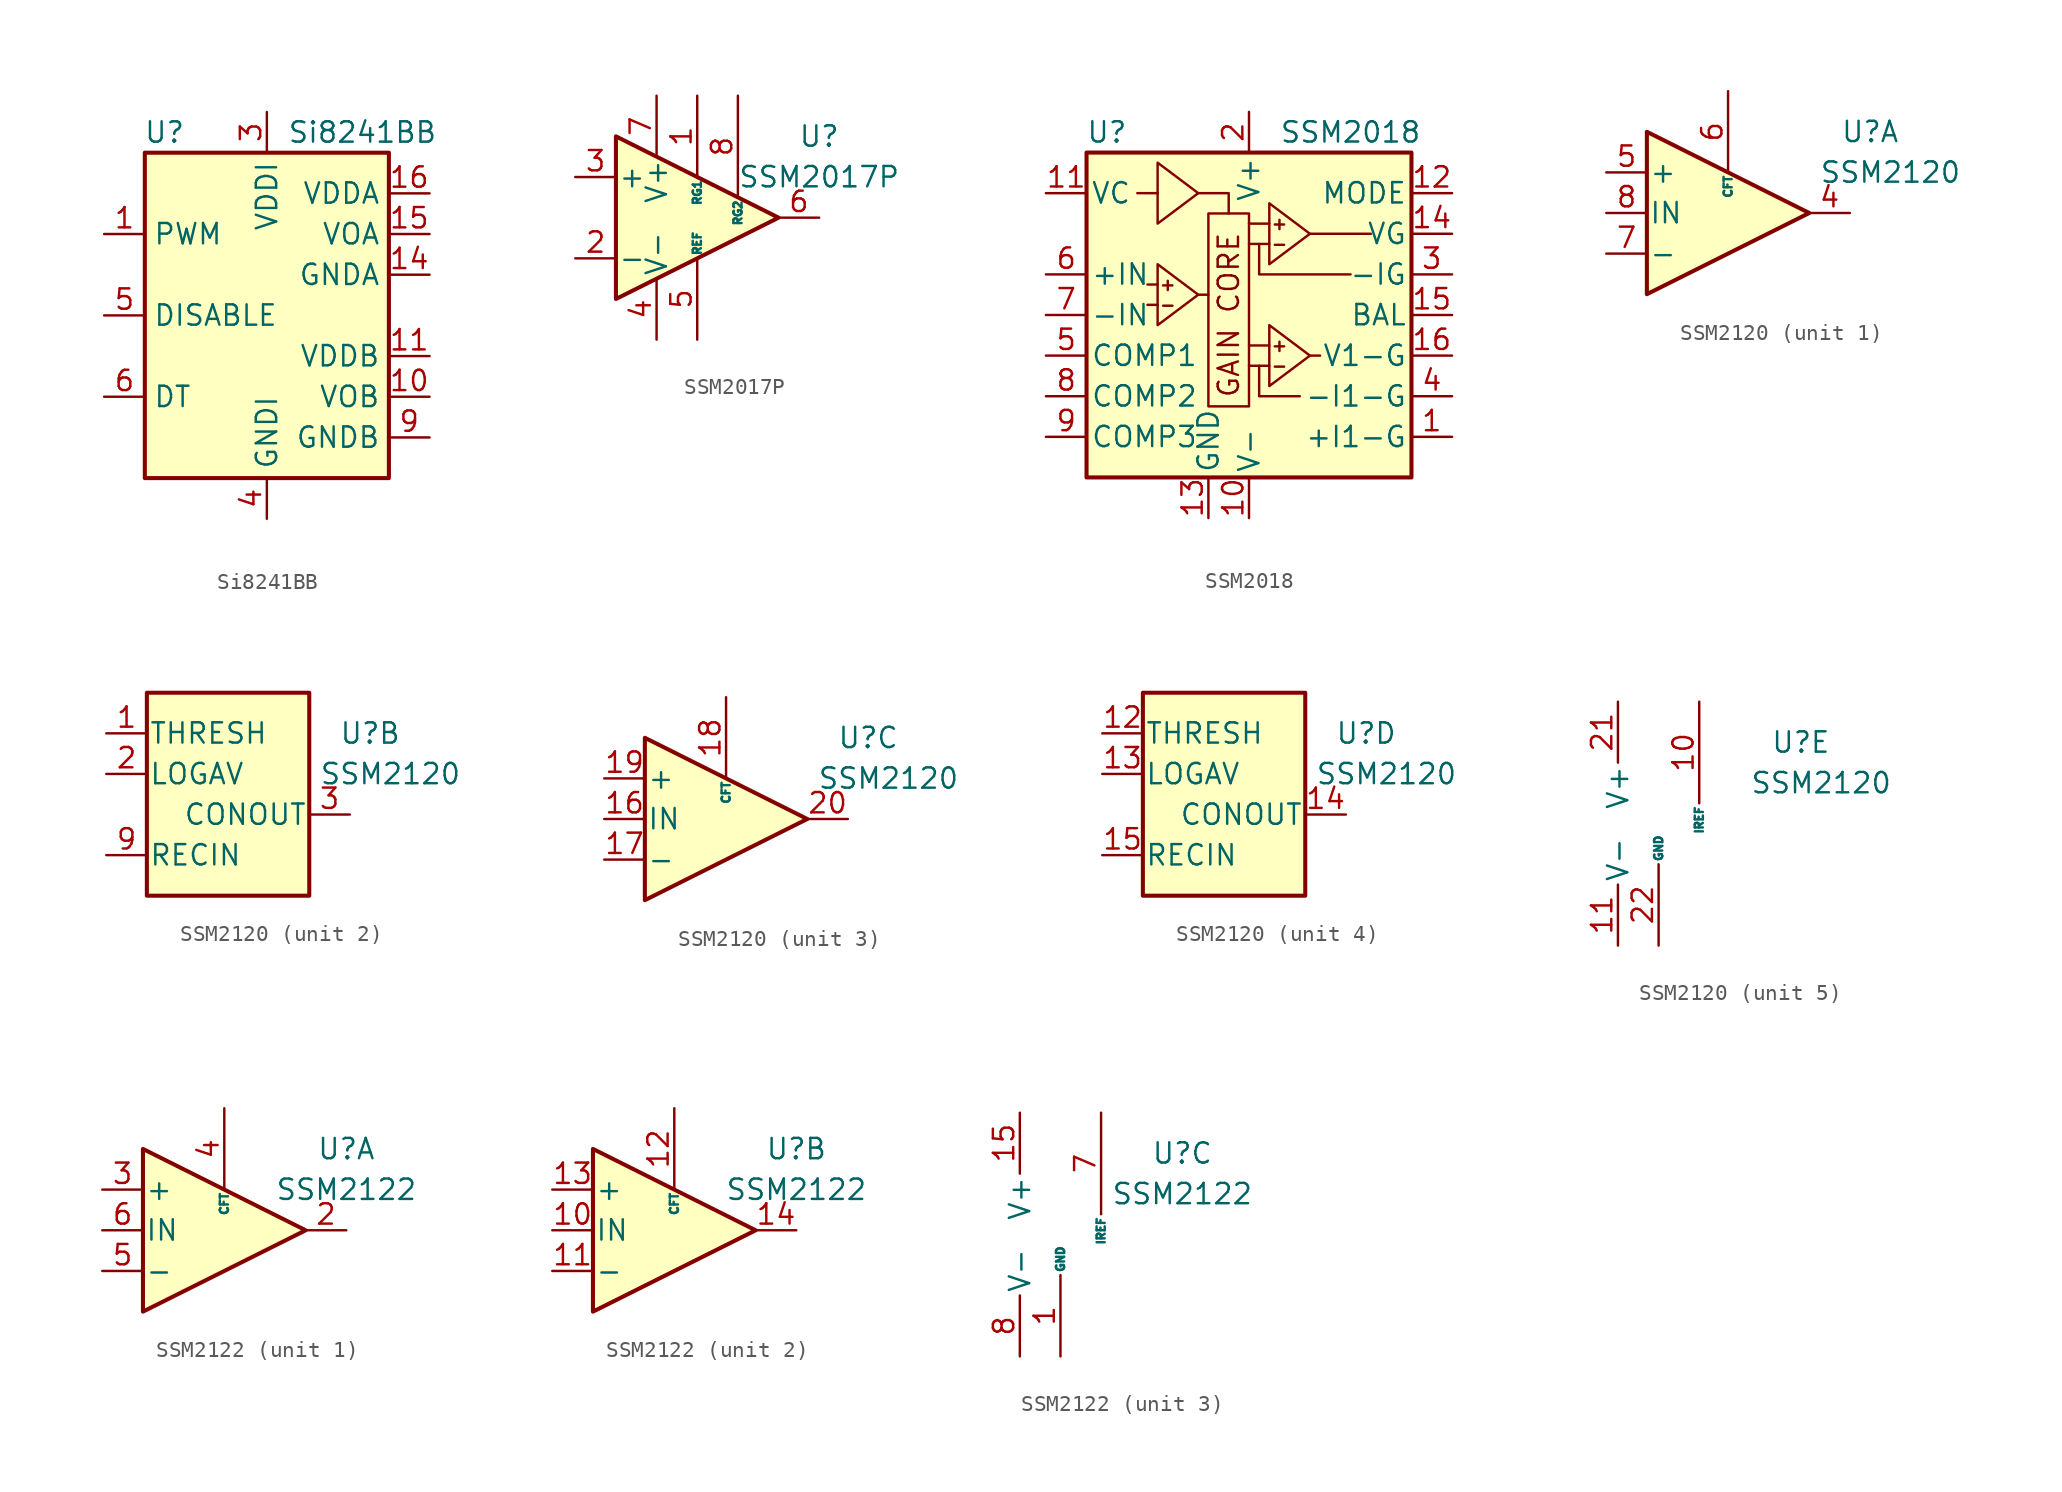
<source format=kicad_sym>
(kicad_symbol_lib
  (version 20241209)
  (generator "kicad_symbol_editor")
  (generator_version "9.0")
  (symbol "Si8241BB"
    (property "Reference" "U"
      (at -5.08 11.43 0)
      (effects (font (size 1.27 1.27)) (justify right)))
    (property "Value" "Si8241BB"
      (at 1.27 11.43 0)
      (effects (font (size 1.27 1.27)) (justify left)))
    (symbol "Si8241BB_0_1"
      (rectangle (start -7.62 10.16) (end 7.62 -10.16) (stroke (width 0.254) (type default)) (fill (type background))))
    (symbol "Si8241BB_1_1"
      (pin input line (at -10.16 5.08 0) (length 2.54) (name "PWM" (effects (font (size 1.27 1.27)))) (number "1" (effects (font (size 1.27 1.27)))))
      (pin input line (at -10.16 0 0) (length 2.54) (name "DISABLE" (effects (font (size 1.27 1.27)))) (number "5" (effects (font (size 1.27 1.27)))))
      (pin passive line (at -10.16 -5.08 0) (length 2.54) (name "DT" (effects (font (size 1.27 1.27)))) (number "6" (effects (font (size 1.27 1.27)))))
      (pin no_connect line (at -7.62 7.62 0) (length 2.54) (hide yes) (name "NC" (effects (font (size 1.27 1.27)))) (number "2" (effects (font (size 1.27 1.27)))))
      (pin no_connect line (at -7.62 2.54 0) (length 2.54) (hide yes) (name "NC" (effects (font (size 1.27 1.27)))) (number "7" (effects (font (size 1.27 1.27)))))
      (pin no_connect line (at -7.62 -2.54 0) (length 2.54) (hide yes) (name "NC" (effects (font (size 1.27 1.27)))) (number "12" (effects (font (size 1.27 1.27)))))
      (pin no_connect line (at -7.62 -7.62 0) (length 2.54) (hide yes) (name "NC" (effects (font (size 1.27 1.27)))) (number "13" (effects (font (size 1.27 1.27)))))
      (pin power_in line (at 0 12.7 270) (length 2.54) (name "VDDI" (effects (font (size 1.27 1.27)))) (number "3" (effects (font (size 1.27 1.27)))))
      (pin passive line (at 0 12.7 270) (length 2.54) (hide yes) (name "VDDI" (effects (font (size 1.27 1.27)))) (number "8" (effects (font (size 1.27 1.27)))))
      (pin power_in line (at 0 -12.7 90) (length 2.54) (name "GNDI" (effects (font (size 1.27 1.27)))) (number "4" (effects (font (size 1.27 1.27)))))
      (pin power_in line (at 10.16 7.62 180) (length 2.54) (name "VDDA" (effects (font (size 1.27 1.27)))) (number "16" (effects (font (size 1.27 1.27)))))
      (pin output line (at 10.16 5.08 180) (length 2.54) (name "VOA" (effects (font (size 1.27 1.27)))) (number "15" (effects (font (size 1.27 1.27)))))
      (pin power_in line (at 10.16 2.54 180) (length 2.54) (name "GNDA" (effects (font (size 1.27 1.27)))) (number "14" (effects (font (size 1.27 1.27)))))
      (pin power_in line (at 10.16 -2.54 180) (length 2.54) (name "VDDB" (effects (font (size 1.27 1.27)))) (number "11" (effects (font (size 1.27 1.27)))))
      (pin output line (at 10.16 -5.08 180) (length 2.54) (name "VOB" (effects (font (size 1.27 1.27)))) (number "10" (effects (font (size 1.27 1.27)))))
      (pin power_in line (at 10.16 -7.62 180) (length 2.54) (name "GNDB" (effects (font (size 1.27 1.27)))) (number "9" (effects (font (size 1.27 1.27)))))))
  (symbol "SSM2017P"
    (pin_names
      (offset 0.127))
    (property "Reference" "U"
      (at 7.62 5.08 0)
      (effects (font (size 1.27 1.27))))
    (property "Value" "SSM2017P"
      (at 7.62 2.54 0)
      (effects (font (size 1.27 1.27))))
    (symbol "SSM2017P_0_1"
      (polyline (pts (xy -5.08 5.08) (xy 5.08 0) (xy -5.08 -5.08) (xy -5.08 5.08)) (stroke (width 0.254) (type default)) (fill (type background))))
    (symbol "SSM2017P_1_1"
      (pin input line (at -7.62 2.54 0) (length 2.54) (name "+" (effects (font (size 1.27 1.27)))) (number "3" (effects (font (size 1.27 1.27)))))
      (pin input line (at -7.62 -2.54 0) (length 2.54) (name "-" (effects (font (size 1.27 1.27)))) (number "2" (effects (font (size 1.27 1.27)))))
      (pin power_in line (at -2.54 7.62 270) (length 3.81) (name "V+" (effects (font (size 1.27 1.27)))) (number "7" (effects (font (size 1.27 1.27)))))
      (pin power_in line (at -2.54 -7.62 90) (length 3.81) (name "V-" (effects (font (size 1.27 1.27)))) (number "4" (effects (font (size 1.27 1.27)))))
      (pin input line (at 0 7.62 270) (length 5.08) (name "RG1" (effects (font (size 0.508 0.508)))) (number "1" (effects (font (size 1.27 1.27)))))
      (pin input line (at 0 -7.62 90) (length 5.08) (name "REF" (effects (font (size 0.508 0.508)))) (number "5" (effects (font (size 1.27 1.27)))))
      (pin input line (at 2.54 7.62 270) (length 6.35) (name "RG2" (effects (font (size 0.508 0.508)))) (number "8" (effects (font (size 1.27 1.27)))))
      (pin output line (at 7.62 0 180) (length 2.54) (name "~" (effects (font (size 1.27 1.27)))) (number "6" (effects (font (size 1.27 1.27)))))))
  (symbol "SSM2018"
    (pin_names
      (offset 0.254))
    (property "Reference" "U"
      (at -8.89 11.43 0)
      (effects (font (size 1.27 1.27))))
    (property "Value" "SSM2018"
      (at 6.35 11.43 0)
      (effects (font (size 1.27 1.27))))
    (symbol "SSM2018_0_0"
      (text "+" (at -5.08 1.905 0) (effects (font (size 0.762 0.762))))
      (text "-" (at -5.08 0.635 0) (effects (font (size 0.762 0.762))))
      (text "+" (at 1.905 5.715 0) (effects (font (size 0.762 0.762))))
      (text "-" (at 1.905 4.445 0) (effects (font (size 0.762 0.762))))
      (text "+" (at 1.905 -1.905 0) (effects (font (size 0.762 0.762))))
      (text "-" (at 1.905 -3.175 0) (effects (font (size 0.762 0.762)))))
    (symbol "SSM2018_0_1"
      (rectangle (start -10.16 10.16) (end 10.16 -10.16) (stroke (width 0.254) (type default)) (fill (type background)))
      (polyline (pts (xy -5.715 9.525) (xy -3.175 7.62) (xy -5.715 5.715) (xy -5.715 9.525)) (stroke (width 0) (type default)) (fill (type none)))
      (polyline (pts (xy -5.715 7.62) (xy -6.985 7.62)) (stroke (width 0) (type default)) (fill (type none)))
      (polyline (pts (xy -5.715 3.175) (xy -3.175 1.27) (xy -5.715 -0.635) (xy -5.715 3.175)) (stroke (width 0) (type default)) (fill (type none)))
      (polyline (pts (xy -5.715 1.905) (xy -6.35 1.905)) (stroke (width 0) (type default)) (fill (type none)))
      (polyline (pts (xy -5.715 0.635) (xy -6.35 0.635)) (stroke (width 0) (type default)) (fill (type none)))
      (polyline (pts (xy -3.175 7.62) (xy -1.27 7.62) (xy -1.27 6.35)) (stroke (width 0) (type default)) (fill (type none)))
      (polyline (pts (xy -3.175 1.27) (xy -2.54 1.27)) (stroke (width 0) (type default)) (fill (type none)))
      (rectangle (start -2.54 6.35) (end 0 -5.715) (stroke (width 0) (type default)) (fill (type none)))
      (polyline (pts (xy 0 5.715) (xy 1.27 5.715)) (stroke (width 0) (type default)) (fill (type none)))
      (polyline (pts (xy 0 -1.905) (xy 1.27 -1.905)) (stroke (width 0) (type default)) (fill (type none)))
      (polyline (pts (xy 0.635 4.445) (xy 0.635 2.54) (xy 6.35 2.54)) (stroke (width 0) (type default)) (fill (type none)))
      (polyline (pts (xy 0.635 -3.175) (xy 0.635 -5.08) (xy 3.175 -5.08)) (stroke (width 0) (type default)) (fill (type none)))
      (polyline (pts (xy 1.27 6.985) (xy 3.81 5.08) (xy 1.27 3.175) (xy 1.27 6.985)) (stroke (width 0) (type default)) (fill (type none)))
      (polyline (pts (xy 1.27 4.445) (xy 0 4.445)) (stroke (width 0) (type default)) (fill (type none)))
      (polyline (pts (xy 1.27 -0.635) (xy 3.81 -2.54) (xy 1.27 -4.445) (xy 1.27 -0.635)) (stroke (width 0) (type default)) (fill (type none)))
      (polyline (pts (xy 1.27 -3.175) (xy 0 -3.175)) (stroke (width 0) (type default)) (fill (type none)))
      (polyline (pts (xy 3.81 5.08) (xy 7.62 5.08)) (stroke (width 0) (type default)) (fill (type none)))
      (polyline (pts (xy 3.81 -2.54) (xy 4.445 -2.54)) (stroke (width 0) (type default)) (fill (type none)))
      (text "GAIN CORE" (at -1.27 0 900) (effects (font (size 1.27 1.27))))
      (pin passive line (at -12.7 -7.62 0) (length 2.54) (name "COMP3" (effects (font (size 1.27 1.27)))) (number "9" (effects (font (size 1.27 1.27))))))
    (symbol "SSM2018_1_1"
      (pin input line (at -12.7 7.62 0) (length 2.54) (name "VC" (effects (font (size 1.27 1.27)))) (number "11" (effects (font (size 1.27 1.27)))))
      (pin input line (at -12.7 2.54 0) (length 2.54) (name "+IN" (effects (font (size 1.27 1.27)))) (number "6" (effects (font (size 1.27 1.27)))))
      (pin input line (at -12.7 0 0) (length 2.54) (name "-IN" (effects (font (size 1.27 1.27)))) (number "7" (effects (font (size 1.27 1.27)))))
      (pin passive line (at -12.7 -2.54 0) (length 2.54) (name "COMP1" (effects (font (size 1.27 1.27)))) (number "5" (effects (font (size 1.27 1.27)))))
      (pin passive line (at -12.7 -5.08 0) (length 2.54) (name "COMP2" (effects (font (size 1.27 1.27)))) (number "8" (effects (font (size 1.27 1.27)))))
      (pin power_in line (at -2.54 -12.7 90) (length 2.54) (name "GND" (effects (font (size 1.27 1.27)))) (number "13" (effects (font (size 1.27 1.27)))))
      (pin power_in line (at 0 12.7 270) (length 2.54) (name "V+" (effects (font (size 1.27 1.27)))) (number "2" (effects (font (size 1.27 1.27)))))
      (pin power_in line (at 0 -12.7 90) (length 2.54) (name "V-" (effects (font (size 1.27 1.27)))) (number "10" (effects (font (size 1.27 1.27)))))
      (pin input line (at 12.7 7.62 180) (length 2.54) (name "MODE" (effects (font (size 1.27 1.27)))) (number "12" (effects (font (size 1.27 1.27)))))
      (pin output line (at 12.7 5.08 180) (length 2.54) (name "VG" (effects (font (size 1.27 1.27)))) (number "14" (effects (font (size 1.27 1.27)))))
      (pin output line (at 12.7 2.54 180) (length 2.54) (name "-IG" (effects (font (size 1.27 1.27)))) (number "3" (effects (font (size 1.27 1.27)))))
      (pin input line (at 12.7 0 180) (length 2.54) (name "BAL" (effects (font (size 1.27 1.27)))) (number "15" (effects (font (size 1.27 1.27)))))
      (pin output line (at 12.7 -2.54 180) (length 2.54) (name "V1-G" (effects (font (size 1.27 1.27)))) (number "16" (effects (font (size 1.27 1.27)))))
      (pin output line (at 12.7 -5.08 180) (length 2.54) (name "-I1-G" (effects (font (size 1.27 1.27)))) (number "4" (effects (font (size 1.27 1.27)))))
      (pin output line (at 12.7 -7.62 180) (length 2.54) (name "+I1-G" (effects (font (size 1.27 1.27)))) (number "1" (effects (font (size 1.27 1.27)))))))
  (symbol "SSM2120"
    (pin_names
      (offset 0.127))
    (property "Reference" "U"
      (at 8.89 5.08 0)
      (effects (font (size 1.27 1.27))))
    (property "Value" "SSM2120"
      (at 10.16 2.54 0)
      (effects (font (size 1.27 1.27))))
    (property "ki_locked" ""
      (at 0 0 0)
      (effects (font (size 1.27 1.27))))
    (symbol "SSM2120_1_1"
      (polyline (pts (xy -5.08 5.08) (xy 5.08 0) (xy -5.08 -5.08) (xy -5.08 5.08)) (stroke (width 0.254) (type default)) (fill (type background)))
      (pin input line (at -7.62 2.54 0) (length 2.54) (name "+" (effects (font (size 1.27 1.27)))) (number "5" (effects (font (size 1.27 1.27)))))
      (pin input line (at -7.62 0 0) (length 2.54) (name "IN" (effects (font (size 1.27 1.27)))) (number "8" (effects (font (size 1.27 1.27)))))
      (pin input line (at -7.62 -2.54 0) (length 2.54) (name "-" (effects (font (size 1.27 1.27)))) (number "7" (effects (font (size 1.27 1.27)))))
      (pin input line (at 0 7.62 270) (length 5.08) (name "CFT" (effects (font (size 0.508 0.508)))) (number "6" (effects (font (size 1.27 1.27)))))
      (pin output line (at 7.62 0 180) (length 2.54) (name "~" (effects (font (size 1.27 1.27)))) (number "4" (effects (font (size 1.27 1.27))))))
    (symbol "SSM2120_2_1"
      (rectangle (start -5.08 7.62) (end 5.08 -5.08) (stroke (width 0.254) (type default)) (fill (type background)))
      (pin input line (at -7.62 5.08 0) (length 2.54) (name "THRESH" (effects (font (size 1.27 1.27)))) (number "1" (effects (font (size 1.27 1.27)))))
      (pin input line (at -7.62 2.54 0) (length 2.54) (name "LOGAV" (effects (font (size 1.27 1.27)))) (number "2" (effects (font (size 1.27 1.27)))))
      (pin input line (at -7.62 -2.54 0) (length 2.54) (name "RECIN" (effects (font (size 1.27 1.27)))) (number "9" (effects (font (size 1.27 1.27)))))
      (pin input line (at 7.62 0 180) (length 2.54) (name "CONOUT" (effects (font (size 1.27 1.27)))) (number "3" (effects (font (size 1.27 1.27))))))
    (symbol "SSM2120_3_1"
      (polyline (pts (xy -5.08 5.08) (xy 5.08 0) (xy -5.08 -5.08) (xy -5.08 5.08)) (stroke (width 0.254) (type default)) (fill (type background)))
      (pin input line (at -7.62 2.54 0) (length 2.54) (name "+" (effects (font (size 1.27 1.27)))) (number "19" (effects (font (size 1.27 1.27)))))
      (pin input line (at -7.62 0 0) (length 2.54) (name "IN" (effects (font (size 1.27 1.27)))) (number "16" (effects (font (size 1.27 1.27)))))
      (pin input line (at -7.62 -2.54 0) (length 2.54) (name "-" (effects (font (size 1.27 1.27)))) (number "17" (effects (font (size 1.27 1.27)))))
      (pin input line (at 0 7.62 270) (length 5.08) (name "CFT" (effects (font (size 0.508 0.508)))) (number "18" (effects (font (size 1.27 1.27)))))
      (pin output line (at 7.62 0 180) (length 2.54) (name "~" (effects (font (size 1.27 1.27)))) (number "20" (effects (font (size 1.27 1.27))))))
    (symbol "SSM2120_4_1"
      (rectangle (start -5.08 7.62) (end 5.08 -5.08) (stroke (width 0.254) (type default)) (fill (type background)))
      (pin input line (at -7.62 5.08 0) (length 2.54) (name "THRESH" (effects (font (size 1.27 1.27)))) (number "12" (effects (font (size 1.27 1.27)))))
      (pin input line (at -7.62 2.54 0) (length 2.54) (name "LOGAV" (effects (font (size 1.27 1.27)))) (number "13" (effects (font (size 1.27 1.27)))))
      (pin input line (at -7.62 -2.54 0) (length 2.54) (name "RECIN" (effects (font (size 1.27 1.27)))) (number "15" (effects (font (size 1.27 1.27)))))
      (pin input line (at 7.62 0 180) (length 2.54) (name "CONOUT" (effects (font (size 1.27 1.27)))) (number "14" (effects (font (size 1.27 1.27))))))
    (symbol "SSM2120_5_0"
      (pin power_in line (at -2.54 7.62 270) (length 3.81) (name "V+" (effects (font (size 1.27 1.27)))) (number "21" (effects (font (size 1.27 1.27)))))
      (pin power_in line (at -2.54 -7.62 90) (length 3.81) (name "V-" (effects (font (size 1.27 1.27)))) (number "11" (effects (font (size 1.27 1.27)))))
      (pin power_in line (at 0 -7.62 90) (length 5.08) (name "GND" (effects (font (size 0.508 0.508)))) (number "22" (effects (font (size 1.27 1.27)))))
      (pin input line (at 2.54 7.62 270) (length 6.35) (name "IREF" (effects (font (size 0.508 0.508)))) (number "10" (effects (font (size 1.27 1.27)))))))
  (symbol "SSM2122"
    (pin_names
      (offset 0.127))
    (property "Reference" "U"
      (at 7.62 5.08 0)
      (effects (font (size 1.27 1.27))))
    (property "Value" "SSM2122"
      (at 7.62 2.54 0)
      (effects (font (size 1.27 1.27))))
    (property "ki_locked" ""
      (at 0 0 0)
      (effects (font (size 1.27 1.27))))
    (symbol "SSM2122_1_1"
      (polyline (pts (xy -5.08 5.08) (xy 5.08 0) (xy -5.08 -5.08) (xy -5.08 5.08)) (stroke (width 0.254) (type default)) (fill (type background)))
      (pin input line (at -7.62 2.54 0) (length 2.54) (name "+" (effects (font (size 1.27 1.27)))) (number "3" (effects (font (size 1.27 1.27)))))
      (pin input line (at -7.62 0 0) (length 2.54) (name "IN" (effects (font (size 1.27 1.27)))) (number "6" (effects (font (size 1.27 1.27)))))
      (pin input line (at -7.62 -2.54 0) (length 2.54) (name "-" (effects (font (size 1.27 1.27)))) (number "5" (effects (font (size 1.27 1.27)))))
      (pin input line (at 0 7.62 270) (length 5.08) (name "CFT" (effects (font (size 0.508 0.508)))) (number "4" (effects (font (size 1.27 1.27)))))
      (pin output line (at 7.62 0 180) (length 2.54) (name "~" (effects (font (size 1.27 1.27)))) (number "2" (effects (font (size 1.27 1.27))))))
    (symbol "SSM2122_2_1"
      (polyline (pts (xy -5.08 5.08) (xy 5.08 0) (xy -5.08 -5.08) (xy -5.08 5.08)) (stroke (width 0.254) (type default)) (fill (type background)))
      (pin input line (at -7.62 2.54 0) (length 2.54) (name "+" (effects (font (size 1.27 1.27)))) (number "13" (effects (font (size 1.27 1.27)))))
      (pin input line (at -7.62 0 0) (length 2.54) (name "IN" (effects (font (size 1.27 1.27)))) (number "10" (effects (font (size 1.27 1.27)))))
      (pin input line (at -7.62 -2.54 0) (length 2.54) (name "-" (effects (font (size 1.27 1.27)))) (number "11" (effects (font (size 1.27 1.27)))))
      (pin input line (at 0 7.62 270) (length 5.08) (name "CFT" (effects (font (size 0.508 0.508)))) (number "12" (effects (font (size 1.27 1.27)))))
      (pin output line (at 7.62 0 180) (length 2.54) (name "~" (effects (font (size 1.27 1.27)))) (number "14" (effects (font (size 1.27 1.27))))))
    (symbol "SSM2122_3_0"
      (pin power_in line (at -2.54 7.62 270) (length 3.81) (name "V+" (effects (font (size 1.27 1.27)))) (number "15" (effects (font (size 1.27 1.27)))))
      (pin power_in line (at -2.54 -7.62 90) (length 3.81) (name "V-" (effects (font (size 1.27 1.27)))) (number "8" (effects (font (size 1.27 1.27)))))
      (pin power_in line (at 0 -7.62 90) (length 5.08) (name "GND" (effects (font (size 0.508 0.508)))) (number "1" (effects (font (size 1.27 1.27)))))
      (pin passive line (at 0 -7.62 90) (length 5.08) (hide yes) (name "GND" (effects (font (size 0.508 0.508)))) (number "16" (effects (font (size 1.27 1.27)))))
      (pin passive line (at 0 -7.62 90) (length 5.08) (hide yes) (name "GND" (effects (font (size 0.508 0.508)))) (number "9" (effects (font (size 1.27 1.27)))))
      (pin input line (at 2.54 7.62 270) (length 6.35) (name "IREF" (effects (font (size 0.508 0.508)))) (number "7" (effects (font (size 1.27 1.27))))))))
</source>
